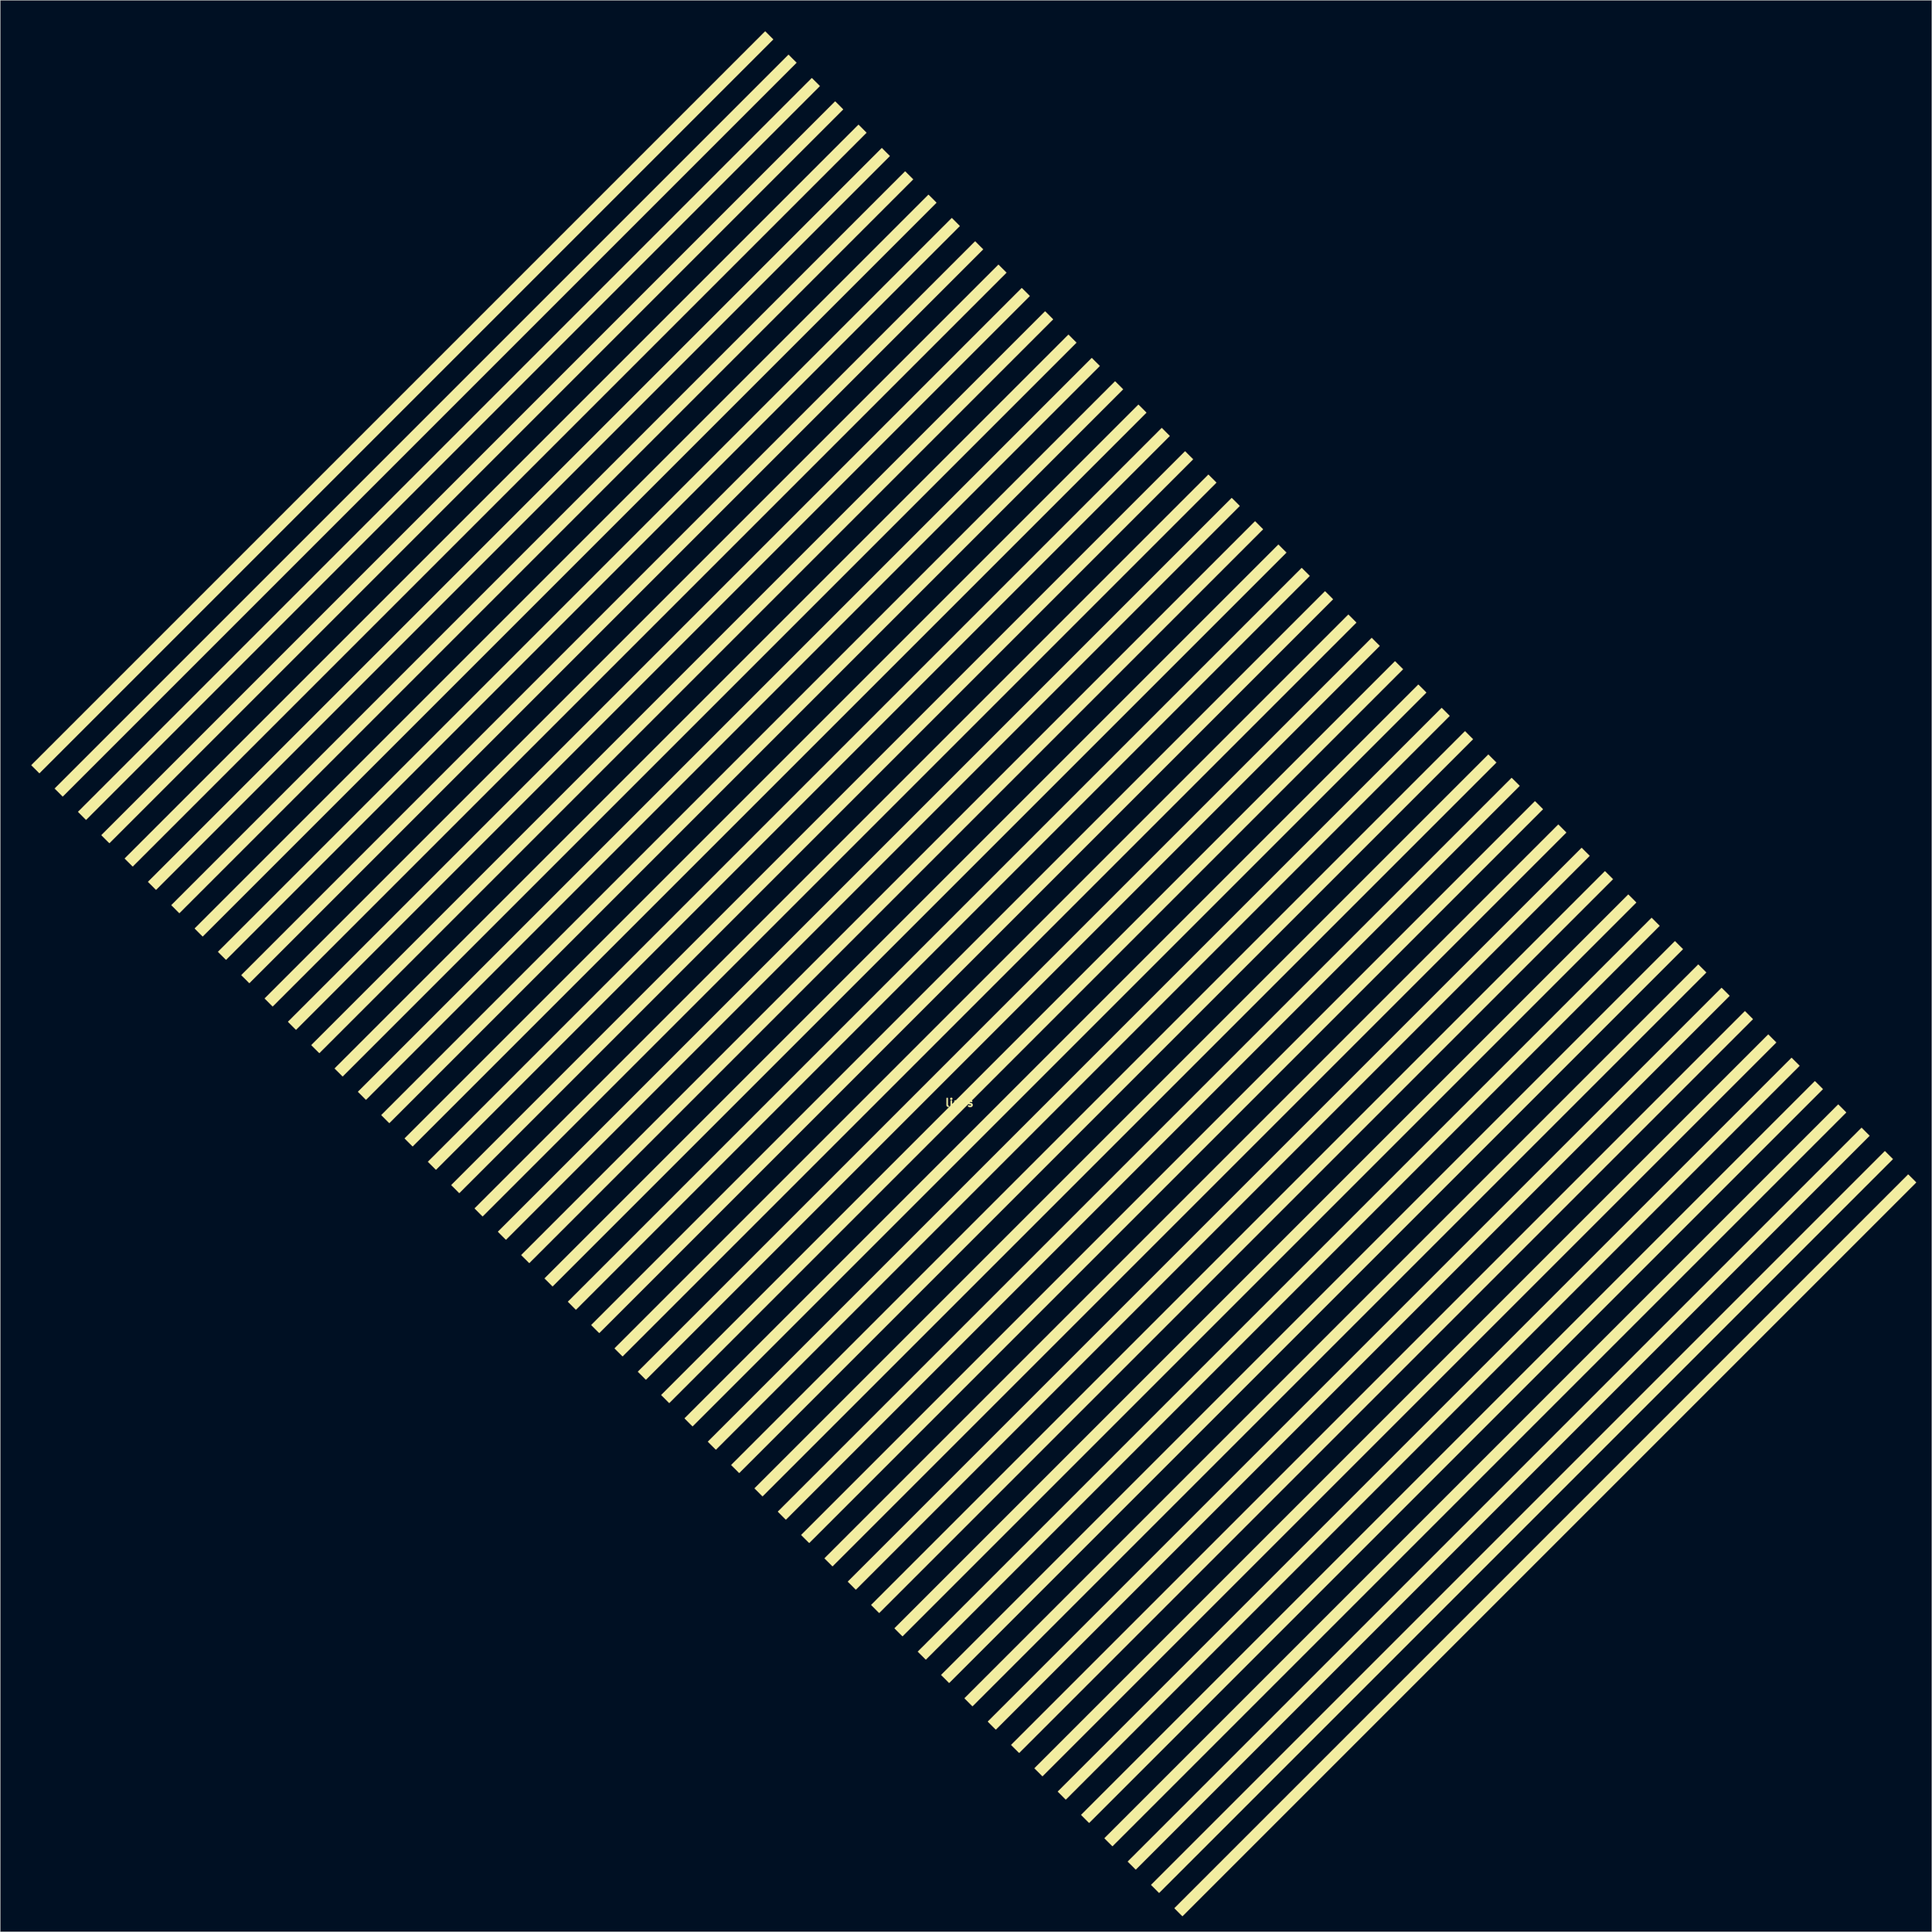
<source format=kicad_pcb>
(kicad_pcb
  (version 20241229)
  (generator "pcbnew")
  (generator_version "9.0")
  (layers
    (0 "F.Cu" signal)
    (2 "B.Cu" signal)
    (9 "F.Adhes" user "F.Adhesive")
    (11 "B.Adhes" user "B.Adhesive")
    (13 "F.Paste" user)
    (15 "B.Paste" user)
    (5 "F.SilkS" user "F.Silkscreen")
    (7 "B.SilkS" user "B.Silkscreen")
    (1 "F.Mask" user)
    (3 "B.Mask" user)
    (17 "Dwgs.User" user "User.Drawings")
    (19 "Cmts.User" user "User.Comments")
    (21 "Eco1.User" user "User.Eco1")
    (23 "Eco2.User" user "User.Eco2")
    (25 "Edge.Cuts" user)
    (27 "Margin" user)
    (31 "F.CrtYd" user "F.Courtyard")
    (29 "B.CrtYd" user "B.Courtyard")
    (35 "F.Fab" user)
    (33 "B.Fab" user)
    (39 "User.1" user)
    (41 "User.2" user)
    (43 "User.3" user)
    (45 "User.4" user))
  (footprint "lines"
    (layer "F.Cu")
    (at 181.913 181.294)
    (property "Reference" "lines" (at 0 28.251 0) (layer "F.SilkS") (effects (font (size 1.524 1.524) (thickness 0.305))))
    (attr exclude_from_pos_files exclude_from_bom)
    (fp_poly (pts (xy -40.443 -181.245) (xy -38.944 -179.746) (xy -180.365 -38.325) (xy -181.864 -39.824) (xy -40.443 -181.245)) (stroke (width 0.097) (type solid)) (fill yes) (layer "F.Mask"))
    (fp_poly (pts (xy -40.443 -181.245) (xy -38.944 -179.746) (xy -180.365 -38.325) (xy -181.864 -39.824) (xy -40.443 -181.245)) (stroke (width 0.097) (type solid)) (fill yes) (layer "F.Mask"))
    (fp_poly (pts (xy -35.946 -176.748) (xy -34.447 -175.249) (xy -175.868 -33.828) (xy -177.367 -35.327) (xy -35.946 -176.748)) (stroke (width 0.097) (type solid)) (fill yes) (layer "F.Mask"))
    (fp_poly (pts (xy -31.448 -172.251) (xy -29.949 -170.752) (xy -171.371 -29.33) (xy -172.87 -30.829) (xy -31.448 -172.251)) (stroke (width 0.097) (type solid)) (fill yes) (layer "F.Mask"))
    (fp_poly (pts (xy -26.951 -167.754) (xy -25.452 -166.254) (xy -166.873 -24.833) (xy -168.373 -26.332) (xy -26.951 -167.754)) (stroke (width 0.097) (type solid)) (fill yes) (layer "F.Mask"))
    (fp_poly (pts (xy -22.454 -163.256) (xy -20.955 -161.757) (xy -162.376 -20.336) (xy -163.875 -21.835) (xy -22.454 -163.256)) (stroke (width 0.097) (type solid)) (fill yes) (layer "F.Mask"))
    (fp_poly (pts (xy -17.957 -158.759) (xy -16.458 -157.26) (xy -157.879 -15.839) (xy -159.378 -17.338) (xy -17.957 -158.759)) (stroke (width 0.097) (type solid)) (fill yes) (layer "F.Mask"))
    (fp_poly (pts (xy -13.46 -154.262) (xy -11.961 -152.763) (xy -153.382 -11.342) (xy -154.881 -12.841) (xy -13.46 -154.262)) (stroke (width 0.097) (type solid)) (fill yes) (layer "F.Mask"))
    (fp_poly (pts (xy -8.962 -149.765) (xy -7.463 -148.266) (xy -148.885 -6.844) (xy -150.384 -8.343) (xy -8.962 -149.765)) (stroke (width 0.097) (type solid)) (fill yes) (layer "F.Mask"))
    (fp_poly (pts (xy -4.465 -145.268) (xy -2.966 -143.769) (xy -144.387 -2.347) (xy -145.887 -3.846) (xy -4.465 -145.268)) (stroke (width 0.097) (type solid)) (fill yes) (layer "F.Mask"))
    (fp_poly (pts (xy 0.032 -140.77) (xy 1.531 -139.271) (xy -139.89 2.15) (xy -141.389 0.651) (xy 0.032 -140.77)) (stroke (width 0.097) (type solid)) (fill yes) (layer "F.Mask"))
    (fp_poly (pts (xy 4.529 -136.273) (xy 6.028 -134.774) (xy -135.393 6.647) (xy -136.892 5.148) (xy 4.529 -136.273)) (stroke (width 0.097) (type solid)) (fill yes) (layer "F.Mask"))
    (fp_poly (pts (xy 9.026 -131.776) (xy 10.525 -130.277) (xy -130.896 11.144) (xy -132.395 9.645) (xy 9.026 -131.776)) (stroke (width 0.097) (type solid)) (fill yes) (layer "F.Mask"))
    (fp_poly (pts (xy 13.524 -127.279) (xy 15.023 -125.78) (xy -126.399 15.642) (xy -127.898 14.143) (xy 13.524 -127.279)) (stroke (width 0.097) (type solid)) (fill yes) (layer "F.Mask"))
    (fp_poly (pts (xy 18.021 -122.782) (xy 19.52 -121.283) (xy -121.901 20.139) (xy -123.401 18.64) (xy 18.021 -122.782)) (stroke (width 0.097) (type solid)) (fill yes) (layer "F.Mask"))
    (fp_poly (pts (xy 22.518 -118.284) (xy 24.017 -116.785) (xy -117.404 24.636) (xy -118.903 23.137) (xy 22.518 -118.284)) (stroke (width 0.097) (type solid)) (fill yes) (layer "F.Mask"))
    (fp_poly (pts (xy 27.015 -113.787) (xy 28.514 -112.288) (xy -112.907 29.133) (xy -114.406 27.634) (xy 27.015 -113.787)) (stroke (width 0.097) (type solid)) (fill yes) (layer "F.Mask"))
    (fp_poly (pts (xy 31.512 -109.29) (xy 33.011 -107.791) (xy -108.41 33.63) (xy -109.909 32.131) (xy 31.512 -109.29)) (stroke (width 0.097) (type solid)) (fill yes) (layer "F.Mask"))
    (fp_poly (pts (xy 36.01 -104.793) (xy 37.509 -103.294) (xy -103.913 38.128) (xy -105.412 36.629) (xy 36.01 -104.793)) (stroke (width 0.097) (type solid)) (fill yes) (layer "F.Mask"))
    (fp_poly (pts (xy 40.507 -100.296) (xy 42.006 -98.797) (xy -99.416 42.625) (xy -100.915 41.126) (xy 40.507 -100.296)) (stroke (width 0.097) (type solid)) (fill yes) (layer "F.Mask"))
    (fp_poly (pts (xy 45.004 -95.798) (xy 46.503 -94.299) (xy -94.918 47.122) (xy -96.417 45.623) (xy 45.004 -95.798)) (stroke (width 0.097) (type solid)) (fill yes) (layer "F.Mask"))
    (fp_poly (pts (xy 49.501 -91.301) (xy 51 -89.802) (xy -90.421 51.619) (xy -91.92 50.12) (xy 49.501 -91.301)) (stroke (width 0.097) (type solid)) (fill yes) (layer "F.Mask"))
    (fp_poly (pts (xy 53.998 -86.804) (xy 55.497 -85.305) (xy -85.924 56.116) (xy -87.423 54.617) (xy 53.998 -86.804)) (stroke (width 0.097) (type solid)) (fill yes) (layer "F.Mask"))
    (fp_poly (pts (xy 58.496 -82.307) (xy 59.995 -80.808) (xy -81.427 60.614) (xy -82.926 59.115) (xy 58.496 -82.307)) (stroke (width 0.097) (type solid)) (fill yes) (layer "F.Mask"))
    (fp_poly (pts (xy 62.993 -77.81) (xy 64.492 -76.311) (xy -76.93 65.111) (xy -78.429 63.612) (xy 62.993 -77.81)) (stroke (width 0.097) (type solid)) (fill yes) (layer "F.Mask"))
    (fp_poly (pts (xy 67.49 -73.312) (xy 68.989 -71.813) (xy -72.432 69.608) (xy -73.931 68.109) (xy 67.49 -73.312)) (stroke (width 0.097) (type solid)) (fill yes) (layer "F.Mask"))
    (fp_poly (pts (xy 71.987 -68.815) (xy 73.486 -67.316) (xy -67.935 74.105) (xy -69.434 72.606) (xy 71.987 -68.815)) (stroke (width 0.097) (type solid)) (fill yes) (layer "F.Mask"))
    (fp_poly (pts (xy 76.484 -64.318) (xy 77.983 -62.819) (xy -63.438 78.602) (xy -64.937 77.103) (xy 76.484 -64.318)) (stroke (width 0.097) (type solid)) (fill yes) (layer "F.Mask"))
    (fp_poly (pts (xy 80.982 -59.821) (xy 82.481 -58.322) (xy -58.941 83.1) (xy -60.44 81.601) (xy 80.982 -59.821)) (stroke (width 0.097) (type solid)) (fill yes) (layer "F.Mask"))
    (fp_poly (pts (xy 85.479 -55.324) (xy 86.978 -53.825) (xy -54.444 87.597) (xy -55.943 86.098) (xy 85.479 -55.324)) (stroke (width 0.097) (type solid)) (fill yes) (layer "F.Mask"))
    (fp_poly (pts (xy 89.976 -50.826) (xy 91.475 -49.327) (xy -49.946 92.094) (xy -51.445 90.595) (xy 89.976 -50.826)) (stroke (width 0.097) (type solid)) (fill yes) (layer "F.Mask"))
    (fp_poly (pts (xy 94.473 -46.329) (xy 95.972 -44.83) (xy -45.449 96.591) (xy -46.948 95.092) (xy 94.473 -46.329)) (stroke (width 0.097) (type solid)) (fill yes) (layer "F.Mask"))
    (fp_poly (pts (xy 98.97 -41.832) (xy 100.469 -40.333) (xy -40.952 101.088) (xy -42.451 99.589) (xy 98.97 -41.832)) (stroke (width 0.097) (type solid)) (fill yes) (layer "F.Mask"))
    (fp_poly (pts (xy 103.468 -37.335) (xy 104.967 -35.836) (xy -36.455 105.586) (xy -37.954 104.087) (xy 103.468 -37.335)) (stroke (width 0.097) (type solid)) (fill yes) (layer "F.Mask"))
    (fp_poly (pts (xy 107.965 -32.838) (xy 109.464 -31.339) (xy -31.958 110.083) (xy -33.457 108.584) (xy 107.965 -32.838)) (stroke (width 0.097) (type solid)) (fill yes) (layer "F.Mask"))
    (fp_poly (pts (xy 112.462 -28.34) (xy 113.961 -26.841) (xy -27.46 114.58) (xy -28.959 113.081) (xy 112.462 -28.34)) (stroke (width 0.097) (type solid)) (fill yes) (layer "F.Mask"))
    (fp_poly (pts (xy 116.959 -23.843) (xy 118.458 -22.344) (xy -22.963 119.077) (xy -24.462 117.578) (xy 116.959 -23.843)) (stroke (width 0.097) (type solid)) (fill yes) (layer "F.Mask"))
    (fp_poly (pts (xy 121.456 -19.346) (xy 122.955 -17.847) (xy -18.466 123.574) (xy -19.965 122.075) (xy 121.456 -19.346)) (stroke (width 0.097) (type solid)) (fill yes) (layer "F.Mask"))
    (fp_poly (pts (xy 125.954 -14.849) (xy 127.453 -13.35) (xy -13.969 128.072) (xy -15.468 126.573) (xy 125.954 -14.849)) (stroke (width 0.097) (type solid)) (fill yes) (layer "F.Mask"))
    (fp_poly (pts (xy 130.451 -10.352) (xy 131.95 -8.853) (xy -9.472 132.569) (xy -10.971 131.07) (xy 130.451 -10.352)) (stroke (width 0.097) (type solid)) (fill yes) (layer "F.Mask"))
    (fp_poly (pts (xy 134.948 -5.854) (xy 136.447 -4.355) (xy -4.974 137.066) (xy -6.473 135.567) (xy 134.948 -5.854)) (stroke (width 0.097) (type solid)) (fill yes) (layer "F.Mask"))
    (fp_poly (pts (xy 139.445 -1.357) (xy 140.944 0.142) (xy -0.477 141.563) (xy -1.976 140.064) (xy 139.445 -1.357)) (stroke (width 0.097) (type solid)) (fill yes) (layer "F.Mask"))
    (fp_poly (pts (xy 143.942 3.14) (xy 145.441 4.639) (xy 4.02 146.06) (xy 2.521 144.561) (xy 143.942 3.14)) (stroke (width 0.097) (type solid)) (fill yes) (layer "F.Mask"))
    (fp_poly (pts (xy 148.44 7.637) (xy 149.939 9.136) (xy 8.517 150.558) (xy 7.018 149.059) (xy 148.44 7.637)) (stroke (width 0.097) (type solid)) (fill yes) (layer "F.Mask"))
    (fp_poly (pts (xy 152.937 12.134) (xy 154.436 13.633) (xy 13.014 155.055) (xy 11.515 153.556) (xy 152.937 12.134)) (stroke (width 0.097) (type solid)) (fill yes) (layer "F.Mask"))
    (fp_poly (pts (xy 157.434 16.632) (xy 158.933 18.131) (xy 17.512 159.552) (xy 16.013 158.053) (xy 157.434 16.632)) (stroke (width 0.097) (type solid)) (fill yes) (layer "F.Mask"))
    (fp_poly (pts (xy 161.931 21.129) (xy 163.43 22.628) (xy 22.009 164.049) (xy 20.51 162.55) (xy 161.931 21.129)) (stroke (width 0.097) (type solid)) (fill yes) (layer "F.Mask"))
    (fp_poly (pts (xy 166.428 25.626) (xy 167.927 27.125) (xy 26.506 168.546) (xy 25.007 167.047) (xy 166.428 25.626)) (stroke (width 0.097) (type solid)) (fill yes) (layer "F.Mask"))
    (fp_poly (pts (xy 170.926 30.123) (xy 172.425 31.622) (xy 31.003 173.044) (xy 29.504 171.545) (xy 170.926 30.123)) (stroke (width 0.097) (type solid)) (fill yes) (layer "F.Mask"))
    (fp_poly (pts (xy 175.423 34.62) (xy 176.922 36.119) (xy 35.5 177.541) (xy 34.001 176.042) (xy 175.423 34.62)) (stroke (width 0.097) (type solid)) (fill yes) (layer "F.Mask"))
    (fp_poly (pts (xy 179.92 39.118) (xy 181.419 40.617) (xy 39.998 182.038) (xy 38.499 180.539) (xy 179.92 39.118)) (stroke (width 0.097) (type solid)) (fill yes) (layer "F.Mask"))
    (fp_poly (pts (xy -37.445 -178.247) (xy -35.946 -176.748) (xy -177.367 -35.327) (xy -178.866 -36.826) (xy -37.445 -178.247)) (stroke (width 0.097) (type solid)) (fill yes) (layer "F.SilkS"))
    (fp_poly (pts (xy -37.445 -178.247) (xy -35.946 -176.748) (xy -177.367 -35.327) (xy -178.866 -36.826) (xy -37.445 -178.247)) (stroke (width 0.097) (type solid)) (fill yes) (layer "F.SilkS"))
    (fp_poly (pts (xy -32.947 -173.75) (xy -31.448 -172.251) (xy -172.87 -30.829) (xy -174.369 -32.328) (xy -32.947 -173.75)) (stroke (width 0.097) (type solid)) (fill yes) (layer "F.SilkS"))
    (fp_poly (pts (xy -28.45 -169.253) (xy -26.951 -167.754) (xy -168.373 -26.332) (xy -169.872 -27.831) (xy -28.45 -169.253)) (stroke (width 0.097) (type solid)) (fill yes) (layer "F.SilkS"))
    (fp_poly (pts (xy -23.953 -164.755) (xy -22.454 -163.256) (xy -163.875 -21.835) (xy -165.374 -23.334) (xy -23.953 -164.755)) (stroke (width 0.097) (type solid)) (fill yes) (layer "F.SilkS"))
    (fp_poly (pts (xy -19.456 -160.258) (xy -17.957 -158.759) (xy -159.378 -17.338) (xy -160.877 -18.837) (xy -19.456 -160.258)) (stroke (width 0.097) (type solid)) (fill yes) (layer "F.SilkS"))
    (fp_poly (pts (xy -14.959 -155.761) (xy -13.46 -154.262) (xy -154.881 -12.841) (xy -156.38 -14.34) (xy -14.959 -155.761)) (stroke (width 0.097) (type solid)) (fill yes) (layer "F.SilkS"))
    (fp_poly (pts (xy -10.461 -151.264) (xy -8.962 -149.765) (xy -150.384 -8.343) (xy -151.883 -9.842) (xy -10.461 -151.264)) (stroke (width 0.097) (type solid)) (fill yes) (layer "F.SilkS"))
    (fp_poly (pts (xy -5.964 -146.767) (xy -4.465 -145.268) (xy -145.887 -3.846) (xy -147.386 -5.345) (xy -5.964 -146.767)) (stroke (width 0.097) (type solid)) (fill yes) (layer "F.SilkS"))
    (fp_poly (pts (xy -1.467 -142.269) (xy 0.032 -140.77) (xy -141.389 0.651) (xy -142.888 -0.848) (xy -1.467 -142.269)) (stroke (width 0.097) (type solid)) (fill yes) (layer "F.SilkS"))
    (fp_poly (pts (xy 3.03 -137.772) (xy 4.529 -136.273) (xy -136.892 5.148) (xy -138.391 3.649) (xy 3.03 -137.772)) (stroke (width 0.097) (type solid)) (fill yes) (layer "F.SilkS"))
    (fp_poly (pts (xy 7.527 -133.275) (xy 9.026 -131.776) (xy -132.395 9.645) (xy -133.894 8.146) (xy 7.527 -133.275)) (stroke (width 0.097) (type solid)) (fill yes) (layer "F.SilkS"))
    (fp_poly (pts (xy 12.025 -128.778) (xy 13.524 -127.279) (xy -127.898 14.143) (xy -129.397 12.644) (xy 12.025 -128.778)) (stroke (width 0.097) (type solid)) (fill yes) (layer "F.SilkS"))
    (fp_poly (pts (xy 16.522 -124.281) (xy 18.021 -122.782) (xy -123.401 18.64) (xy -124.9 17.141) (xy 16.522 -124.281)) (stroke (width 0.097) (type solid)) (fill yes) (layer "F.SilkS"))
    (fp_poly (pts (xy 21.019 -119.783) (xy 22.518 -118.284) (xy -118.903 23.137) (xy -120.402 21.638) (xy 21.019 -119.783)) (stroke (width 0.097) (type solid)) (fill yes) (layer "F.SilkS"))
    (fp_poly (pts (xy 25.516 -115.286) (xy 27.015 -113.787) (xy -114.406 27.634) (xy -115.905 26.135) (xy 25.516 -115.286)) (stroke (width 0.097) (type solid)) (fill yes) (layer "F.SilkS"))
    (fp_poly (pts (xy 30.013 -110.789) (xy 31.512 -109.29) (xy -109.909 32.131) (xy -111.408 30.632) (xy 30.013 -110.789)) (stroke (width 0.097) (type solid)) (fill yes) (layer "F.SilkS"))
    (fp_poly (pts (xy 34.511 -106.292) (xy 36.01 -104.793) (xy -105.412 36.629) (xy -106.911 35.13) (xy 34.511 -106.292)) (stroke (width 0.097) (type solid)) (fill yes) (layer "F.SilkS"))
    (fp_poly (pts (xy 39.008 -101.795) (xy 40.507 -100.296) (xy -100.915 41.126) (xy -102.414 39.627) (xy 39.008 -101.795)) (stroke (width 0.097) (type solid)) (fill yes) (layer "F.SilkS"))
    (fp_poly (pts (xy 43.505 -97.297) (xy 45.004 -95.798) (xy -96.417 45.623) (xy -97.916 44.124) (xy 43.505 -97.297)) (stroke (width 0.097) (type solid)) (fill yes) (layer "F.SilkS"))
    (fp_poly (pts (xy 48.002 -92.8) (xy 49.501 -91.301) (xy -91.92 50.12) (xy -93.419 48.621) (xy 48.002 -92.8)) (stroke (width 0.097) (type solid)) (fill yes) (layer "F.SilkS"))
    (fp_poly (pts (xy 52.499 -88.303) (xy 53.998 -86.804) (xy -87.423 54.617) (xy -88.922 53.118) (xy 52.499 -88.303)) (stroke (width 0.097) (type solid)) (fill yes) (layer "F.SilkS"))
    (fp_poly (pts (xy 56.997 -83.806) (xy 58.496 -82.307) (xy -82.926 59.115) (xy -84.425 57.616) (xy 56.997 -83.806)) (stroke (width 0.097) (type solid)) (fill yes) (layer "F.SilkS"))
    (fp_poly (pts (xy 61.494 -79.309) (xy 62.993 -77.81) (xy -78.429 63.612) (xy -79.928 62.113) (xy 61.494 -79.309)) (stroke (width 0.097) (type solid)) (fill yes) (layer "F.SilkS"))
    (fp_poly (pts (xy 65.991 -74.811) (xy 67.49 -73.312) (xy -73.931 68.109) (xy -75.43 66.61) (xy 65.991 -74.811)) (stroke (width 0.097) (type solid)) (fill yes) (layer "F.SilkS"))
    (fp_poly (pts (xy 70.488 -70.314) (xy 71.987 -68.815) (xy -69.434 72.606) (xy -70.933 71.107) (xy 70.488 -70.314)) (stroke (width 0.097) (type solid)) (fill yes) (layer "F.SilkS"))
    (fp_poly (pts (xy 74.985 -65.817) (xy 76.484 -64.318) (xy -64.937 77.103) (xy -66.436 75.604) (xy 74.985 -65.817)) (stroke (width 0.097) (type solid)) (fill yes) (layer "F.SilkS"))
    (fp_poly (pts (xy 79.483 -61.32) (xy 80.982 -59.821) (xy -60.44 81.601) (xy -61.939 80.101) (xy 79.483 -61.32)) (stroke (width 0.097) (type solid)) (fill yes) (layer "F.SilkS"))
    (fp_poly (pts (xy 83.98 -56.823) (xy 85.479 -55.324) (xy -55.943 86.098) (xy -57.442 84.599) (xy 83.98 -56.823)) (stroke (width 0.097) (type solid)) (fill yes) (layer "F.SilkS"))
    (fp_poly (pts (xy 88.477 -52.325) (xy 89.976 -50.826) (xy -51.445 90.595) (xy -52.944 89.096) (xy 88.477 -52.325)) (stroke (width 0.097) (type solid)) (fill yes) (layer "F.SilkS"))
    (fp_poly (pts (xy 92.974 -47.828) (xy 94.473 -46.329) (xy -46.948 95.092) (xy -48.447 93.593) (xy 92.974 -47.828)) (stroke (width 0.097) (type solid)) (fill yes) (layer "F.SilkS"))
    (fp_poly (pts (xy 97.471 -43.331) (xy 98.97 -41.832) (xy -42.451 99.589) (xy -43.95 98.09) (xy 97.471 -43.331)) (stroke (width 0.097) (type solid)) (fill yes) (layer "F.SilkS"))
    (fp_poly (pts (xy 101.969 -38.834) (xy 103.468 -37.335) (xy -37.954 104.087) (xy -39.453 102.587) (xy 101.969 -38.834)) (stroke (width 0.097) (type solid)) (fill yes) (layer "F.SilkS"))
    (fp_poly (pts (xy 106.466 -34.337) (xy 107.965 -32.838) (xy -33.457 108.584) (xy -34.956 107.085) (xy 106.466 -34.337)) (stroke (width 0.097) (type solid)) (fill yes) (layer "F.SilkS"))
    (fp_poly (pts (xy 110.963 -29.839) (xy 112.462 -28.34) (xy -28.959 113.081) (xy -30.458 111.582) (xy 110.963 -29.839)) (stroke (width 0.097) (type solid)) (fill yes) (layer "F.SilkS"))
    (fp_poly (pts (xy 115.46 -25.342) (xy 116.959 -23.843) (xy -24.462 117.578) (xy -25.961 116.079) (xy 115.46 -25.342)) (stroke (width 0.097) (type solid)) (fill yes) (layer "F.SilkS"))
    (fp_poly (pts (xy 119.957 -20.845) (xy 121.456 -19.346) (xy -19.965 122.075) (xy -21.464 120.576) (xy 119.957 -20.845)) (stroke (width 0.097) (type solid)) (fill yes) (layer "F.SilkS"))
    (fp_poly (pts (xy 124.454 -16.348) (xy 125.954 -14.849) (xy -15.468 126.573) (xy -16.967 125.073) (xy 124.454 -16.348)) (stroke (width 0.097) (type solid)) (fill yes) (layer "F.SilkS"))
    (fp_poly (pts (xy 128.952 -11.851) (xy 130.451 -10.352) (xy -10.971 131.07) (xy -12.47 129.571) (xy 128.952 -11.851)) (stroke (width 0.097) (type solid)) (fill yes) (layer "F.SilkS"))
    (fp_poly (pts (xy 133.449 -7.353) (xy 134.948 -5.854) (xy -6.473 135.567) (xy -7.972 134.068) (xy 133.449 -7.353)) (stroke (width 0.097) (type solid)) (fill yes) (layer "F.SilkS"))
    (fp_poly (pts (xy 137.946 -2.856) (xy 139.445 -1.357) (xy -1.976 140.064) (xy -3.475 138.565) (xy 137.946 -2.856)) (stroke (width 0.097) (type solid)) (fill yes) (layer "F.SilkS"))
    (fp_poly (pts (xy 142.443 1.641) (xy 143.942 3.14) (xy 2.521 144.561) (xy 1.022 143.062) (xy 142.443 1.641)) (stroke (width 0.097) (type solid)) (fill yes) (layer "F.SilkS"))
    (fp_poly (pts (xy 146.941 6.138) (xy 148.44 7.637) (xy 7.018 149.059) (xy 5.519 147.559) (xy 146.941 6.138)) (stroke (width 0.097) (type solid)) (fill yes) (layer "F.SilkS"))
    (fp_poly (pts (xy 151.438 10.635) (xy 152.937 12.134) (xy 11.515 153.556) (xy 10.016 152.057) (xy 151.438 10.635)) (stroke (width 0.097) (type solid)) (fill yes) (layer "F.SilkS"))
    (fp_poly (pts (xy 155.935 15.133) (xy 157.434 16.632) (xy 16.013 158.053) (xy 14.514 156.554) (xy 155.935 15.133)) (stroke (width 0.097) (type solid)) (fill yes) (layer "F.SilkS"))
    (fp_poly (pts (xy 160.432 19.63) (xy 161.931 21.129) (xy 20.51 162.55) (xy 19.011 161.051) (xy 160.432 19.63)) (stroke (width 0.097) (type solid)) (fill yes) (layer "F.SilkS"))
    (fp_poly (pts (xy 164.929 24.127) (xy 166.428 25.626) (xy 25.007 167.047) (xy 23.508 165.548) (xy 164.929 24.127)) (stroke (width 0.097) (type solid)) (fill yes) (layer "F.SilkS"))
    (fp_poly (pts (xy 169.426 28.624) (xy 170.926 30.123) (xy 29.504 171.545) (xy 28.005 170.045) (xy 169.426 28.624)) (stroke (width 0.097) (type solid)) (fill yes) (layer "F.SilkS"))
    (fp_poly (pts (xy 173.924 33.121) (xy 175.423 34.62) (xy 34.001 176.042) (xy 32.502 174.543) (xy 173.924 33.121)) (stroke (width 0.097) (type solid)) (fill yes) (layer "F.SilkS"))
    (fp_poly (pts (xy 178.421 37.619) (xy 179.92 39.118) (xy 38.499 180.539) (xy 37 179.04) (xy 178.421 37.619)) (stroke (width 0.097) (type solid)) (fill yes) (layer "F.SilkS"))
    (fp_poly (pts (xy 182.918 42.116) (xy 184.417 43.615) (xy 42.996 185.036) (xy 41.497 183.537) (xy 182.918 42.116)) (stroke (width 0.097) (type solid)) (fill yes) (layer "F.SilkS")))
  (gr_rect
    (start -3 -3)
    (end 369.379 369.379)
    (stroke (width 0.1) (type default))
    (fill no)
    (layer "Edge.Cuts")))
</source>
